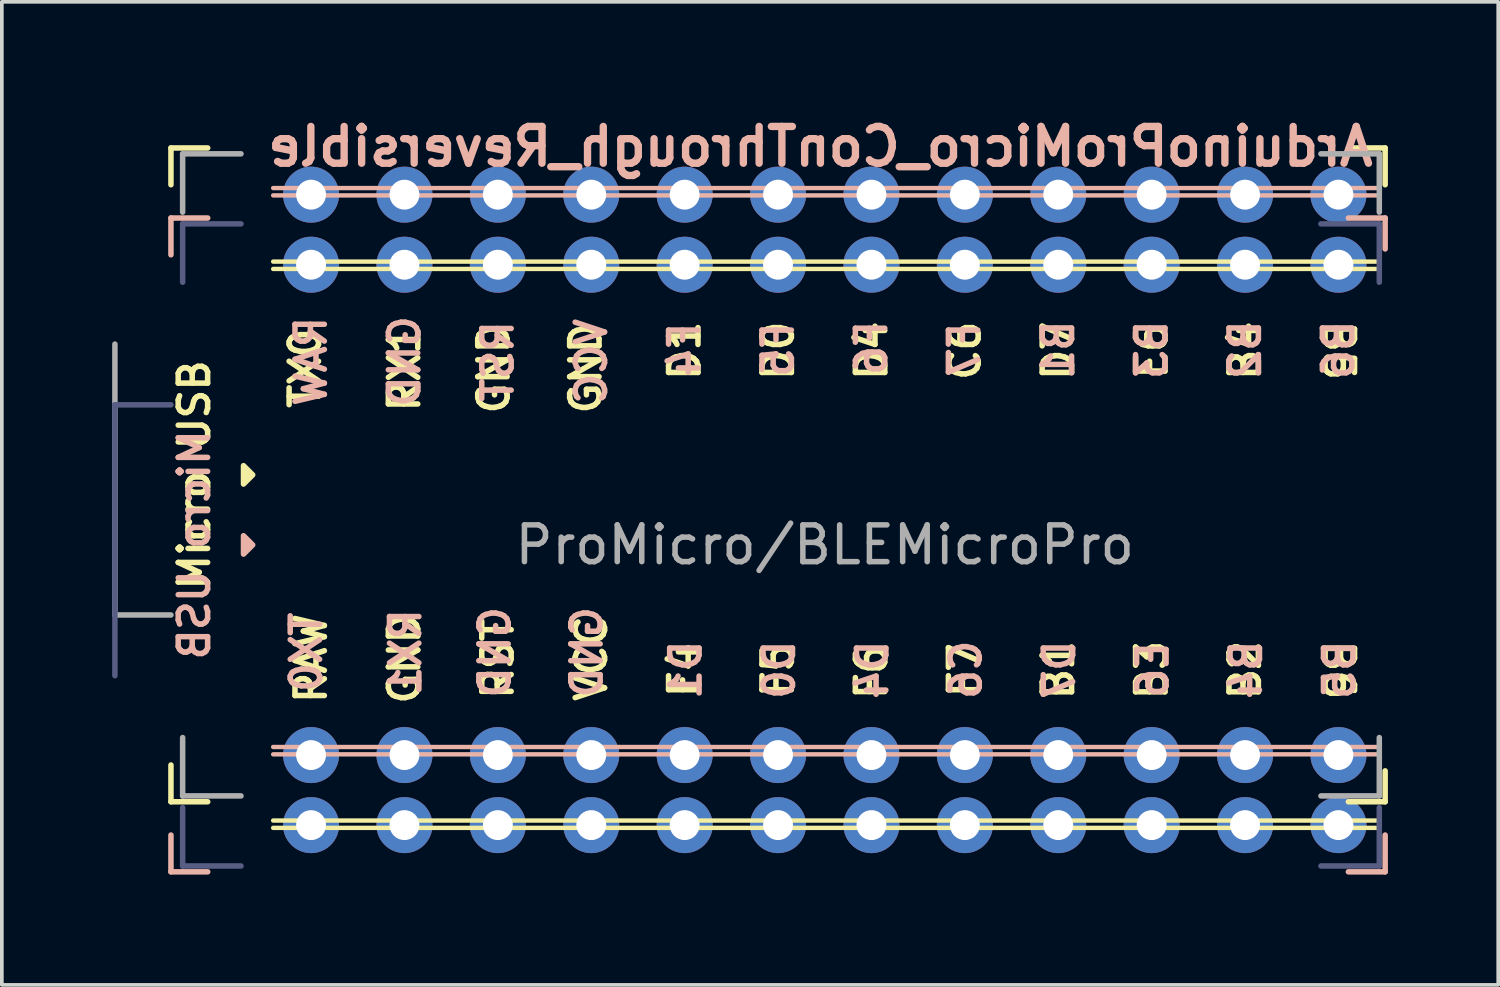
<source format=kicad_pcb>
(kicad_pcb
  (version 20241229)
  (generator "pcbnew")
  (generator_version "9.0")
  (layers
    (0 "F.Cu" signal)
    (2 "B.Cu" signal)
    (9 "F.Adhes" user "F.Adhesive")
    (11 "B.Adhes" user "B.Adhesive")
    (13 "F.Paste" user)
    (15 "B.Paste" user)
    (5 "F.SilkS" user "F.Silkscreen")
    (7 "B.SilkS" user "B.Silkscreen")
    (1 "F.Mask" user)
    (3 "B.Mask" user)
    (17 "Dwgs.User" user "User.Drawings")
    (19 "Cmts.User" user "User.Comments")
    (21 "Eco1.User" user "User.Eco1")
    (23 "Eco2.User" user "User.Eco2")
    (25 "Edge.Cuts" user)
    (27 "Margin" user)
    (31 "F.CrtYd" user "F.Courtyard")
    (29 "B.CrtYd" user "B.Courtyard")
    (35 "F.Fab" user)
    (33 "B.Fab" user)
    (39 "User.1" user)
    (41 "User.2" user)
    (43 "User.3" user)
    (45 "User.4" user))
  (footprint "ArduinoProMicro_ConThrough_Reversible"
    (layer "F.Cu")
    (at 19.379 9.864)
    (property "Reference" "ArduinoProMicro_ConThrough_Reversible" (at -0.118 -8.928 180) (layer "B.SilkS") (effects (font (size 1 1) (thickness 0.2)) (justify mirror)))
    (property "Value" "ProMicro/BLEMicroPro" (at 0 0 180) (layer "B.Fab") (hide yes) (effects (font (size 1 1) (thickness 0.15)) (justify mirror)))
    (fp_line (start -17.78 -8.89) (end -17.78 -7.89) (stroke (width 0.15) (type solid)) (layer "F.SilkS"))
    (fp_line (start -17.78 -8.89) (end -16.78 -8.89) (stroke (width 0.15) (type solid)) (layer "F.SilkS"))
    (fp_line (start -17.78 7.89) (end -17.78 8.89) (stroke (width 0.15) (type solid)) (layer "F.SilkS"))
    (fp_line (start -17.78 8.89) (end -16.78 8.89) (stroke (width 0.15) (type solid)) (layer "F.SilkS"))
    (fp_line (start -15 -5.8) (end 15 -5.8) (stroke (width 0.12) (type solid)) (layer "F.SilkS"))
    (fp_line (start -15 -5.6) (end 15 -5.6) (stroke (width 0.12) (type solid)) (layer "F.SilkS"))
    (fp_line (start -15 9.4) (end 15 9.4) (stroke (width 0.12) (type solid)) (layer "F.SilkS"))
    (fp_line (start -15 9.6) (end 15 9.6) (stroke (width 0.12) (type solid)) (layer "F.SilkS"))
    (fp_line (start 15.24 -8.89) (end 14.24 -8.89) (stroke (width 0.15) (type solid)) (layer "F.SilkS"))
    (fp_line (start 15.24 -8.89) (end 15.24 -7.89) (stroke (width 0.15) (type solid)) (layer "F.SilkS"))
    (fp_line (start 15.24 8.89) (end 14.24 8.89) (stroke (width 0.15) (type solid)) (layer "F.SilkS"))
    (fp_line (start 15.24 8.89) (end 15.24 8.049) (stroke (width 0.15) (type solid)) (layer "F.SilkS"))
    (fp_poly (pts (xy -15.807 -0.25) (xy -15.807 0.25) (xy -15.557 0)) (stroke (width 0.15) (type solid)) (fill yes) (layer "F.SilkS"))
    (fp_line (start -17.78 -6.985) (end -16.78 -6.985) (stroke (width 0.15) (type solid)) (layer "B.SilkS"))
    (fp_line (start -17.78 -5.985) (end -17.78 -6.985) (stroke (width 0.15) (type solid)) (layer "B.SilkS"))
    (fp_line (start -17.78 10.795) (end -17.78 9.795) (stroke (width 0.15) (type solid)) (layer "B.SilkS"))
    (fp_line (start -17.78 10.795) (end -16.78 10.795) (stroke (width 0.15) (type solid)) (layer "B.SilkS"))
    (fp_line (start -15 -7.8) (end 15 -7.8) (stroke (width 0.12) (type solid)) (layer "B.SilkS"))
    (fp_line (start -15 -7.6) (end 15 -7.6) (stroke (width 0.12) (type solid)) (layer "B.SilkS"))
    (fp_line (start -15 7.4) (end 15 7.4) (stroke (width 0.12) (type solid)) (layer "B.SilkS"))
    (fp_line (start -15 7.6) (end 15 7.6) (stroke (width 0.12) (type solid)) (layer "B.SilkS"))
    (fp_line (start 15.24 -6.985) (end 14.24 -6.985) (stroke (width 0.15) (type solid)) (layer "B.SilkS"))
    (fp_line (start 15.24 -6.985) (end 15.24 -6.144) (stroke (width 0.15) (type solid)) (layer "B.SilkS"))
    (fp_line (start 15.24 10.795) (end 14.24 10.795) (stroke (width 0.15) (type solid)) (layer "B.SilkS"))
    (fp_line (start 15.24 10.795) (end 15.24 9.795) (stroke (width 0.15) (type solid)) (layer "B.SilkS"))
    (fp_poly (pts (xy -15.807 2.155) (xy -15.807 1.655) (xy -15.557 1.905)) (stroke (width 0.15) (type solid)) (fill yes) (layer "B.SilkS"))
    (fp_line (start -19.304 -1.905) (end -19.304 5.461) (stroke (width 0.15) (type solid)) (layer "B.Fab"))
    (fp_line (start -17.78 -1.905) (end -19.304 -1.905) (stroke (width 0.15) (type solid)) (layer "B.Fab"))
    (fp_line (start -17.462 -6.826) (end -15.875 -6.826) (stroke (width 0.15) (type solid)) (layer "B.Fab"))
    (fp_line (start -17.462 -5.239) (end -17.462 -6.826) (stroke (width 0.15) (type solid)) (layer "B.Fab"))
    (fp_line (start -17.462 10.636) (end -17.462 9.049) (stroke (width 0.15) (type solid)) (layer "B.Fab"))
    (fp_line (start -15.875 10.636) (end -17.462 10.636) (stroke (width 0.15) (type solid)) (layer "B.Fab"))
    (fp_line (start 15.081 -6.826) (end 13.494 -6.826) (stroke (width 0.15) (type solid)) (layer "B.Fab"))
    (fp_line (start 15.081 -5.239) (end 15.081 -6.826) (stroke (width 0.15) (type solid)) (layer "B.Fab"))
    (fp_line (start 15.081 9.049) (end 15.081 10.636) (stroke (width 0.15) (type solid)) (layer "B.Fab"))
    (fp_line (start 15.081 10.636) (end 13.494 10.636) (stroke (width 0.15) (type solid)) (layer "B.Fab"))
    (fp_line (start -19.304 3.81) (end -19.304 -3.556) (stroke (width 0.15) (type solid)) (layer "F.Fab"))
    (fp_line (start -17.78 3.81) (end -19.304 3.81) (stroke (width 0.15) (type solid)) (layer "F.Fab"))
    (fp_line (start -17.462 -8.731) (end -17.462 -7.144) (stroke (width 0.15) (type solid)) (layer "F.Fab"))
    (fp_line (start -17.462 7.144) (end -17.462 8.731) (stroke (width 0.15) (type solid)) (layer "F.Fab"))
    (fp_line (start -17.462 8.731) (end -15.875 8.731) (stroke (width 0.15) (type solid)) (layer "F.Fab"))
    (fp_line (start -15.875 -8.731) (end -17.462 -8.731) (stroke (width 0.15) (type solid)) (layer "F.Fab"))
    (fp_line (start 15.081 -8.731) (end 13.494 -8.731) (stroke (width 0.15) (type solid)) (layer "F.Fab"))
    (fp_line (start 15.081 -7.144) (end 15.081 -8.731) (stroke (width 0.15) (type solid)) (layer "F.Fab"))
    (fp_line (start 15.081 7.144) (end 15.081 8.731) (stroke (width 0.15) (type solid)) (layer "F.Fab"))
    (fp_line (start 15.081 8.731) (end 13.494 8.731) (stroke (width 0.15) (type solid)) (layer "F.Fab"))
    (fp_text user "RAW" (at -13.97 4.991 90) (unlocked yes) (layer "F.SilkS") (effects (font (size 0.8 0.8) (thickness 0.15))))
    (fp_text user "GND" (at -6.5 -2.9 90) (unlocked yes) (layer "F.SilkS") (effects (font (size 0.8 0.8) (thickness 0.15))))
    (fp_text user "F6" (at 1.27 5.36 90) (unlocked yes) (layer "F.SilkS") (effects (font (size 0.8 0.8) (thickness 0.15))))
    (fp_text user "GND" (at -9 -2.9 90) (unlocked yes) (layer "F.SilkS") (effects (font (size 0.8 0.8) (thickness 0.15))))
    (fp_text user "D7" (at 6.35 -3.376 90) (unlocked yes) (layer "F.SilkS") (effects (font (size 0.8 0.8) (thickness 0.15))))
    (fp_text user "TX0" (at -14.129 -2.9 90) (unlocked yes) (layer "F.SilkS") (effects (font (size 0.8 0.8) (thickness 0.15))))
    (fp_text user "VCC" (at -6.35 4.991 90) (unlocked yes) (layer "F.SilkS") (effects (font (size 0.8 0.8) (thickness 0.15))))
    (fp_text user "F5" (at -1.27 5.309 90) (unlocked yes) (layer "F.SilkS") (effects (font (size 0.8 0.8) (thickness 0.15))))
    (fp_text user "D0" (at -1.27 -3.376 90) (unlocked yes) (layer "F.SilkS") (effects (font (size 0.8 0.8) (thickness 0.15))))
    (fp_text user "RST" (at -8.89 4.991 90) (unlocked yes) (layer "F.SilkS") (effects (font (size 0.8 0.8) (thickness 0.15))))
    (fp_text user "C6" (at 3.81 -3.376 90) (unlocked yes) (layer "F.SilkS") (effects (font (size 0.8 0.8) (thickness 0.15))))
    (fp_text user "Micro USB" (at -17.145 0 90) (unlocked yes) (layer "F.SilkS") (effects (font (size 0.8 0.8) (thickness 0.15))))
    (fp_text user "B1" (at 6.35 5.309 90) (unlocked yes) (layer "F.SilkS") (effects (font (size 0.8 0.8) (thickness 0.15))))
    (fp_text user "F4" (at -3.81 5.309 90) (unlocked yes) (layer "F.SilkS") (effects (font (size 0.8 0.8) (thickness 0.15))))
    (fp_text user "D1" (at -3.81 -3.376 90) (unlocked yes) (layer "F.SilkS") (effects (font (size 0.8 0.8) (thickness 0.15))))
    (fp_text user "D4" (at 1.27 -3.376 90) (unlocked yes) (layer "F.SilkS") (effects (font (size 0.8 0.8) (thickness 0.15))))
    (fp_text user "GND" (at -11.43 4.991 90) (unlocked yes) (layer "F.SilkS") (effects (font (size 0.8 0.8) (thickness 0.15))))
    (fp_text user "B6" (at 13.97 5.309 270) (unlocked yes) (layer "F.SilkS") (effects (font (size 0.8 0.8) (thickness 0.15))))
    (fp_text user "B5" (at 13.97 -3.376 270) (unlocked yes) (layer "F.SilkS") (effects (font (size 0.8 0.8) (thickness 0.15))))
    (fp_text user "B2" (at 11.43 5.309 90) (unlocked yes) (layer "F.SilkS") (effects (font (size 0.8 0.8) (thickness 0.15))))
    (fp_text user "E6" (at 8.89 -3.376 90) (unlocked yes) (layer "F.SilkS") (effects (font (size 0.8 0.8) (thickness 0.15))))
    (fp_text user "RX1" (at -11.43 -2.9 90) (unlocked yes) (layer "F.SilkS") (effects (font (size 0.8 0.8) (thickness 0.15))))
    (fp_text user "B3" (at 8.89 5.309 90) (unlocked yes) (layer "F.SilkS") (effects (font (size 0.8 0.8) (thickness 0.15))))
    (fp_text user "B4" (at 11.43 -3.376 90) (unlocked yes) (layer "F.SilkS") (effects (font (size 0.8 0.8) (thickness 0.15))))
    (fp_text user "F7" (at 3.8 5.309 90) (unlocked yes) (layer "F.SilkS") (effects (font (size 0.8 0.8) (thickness 0.15))))
    (fp_text user "C6" (at 3.84 5.3 90) (unlocked yes) (layer "B.SilkS") (effects (font (size 0.8 0.8) (thickness 0.15)) (justify mirror)))
    (fp_text user "GND" (at -8.97 4.824 90) (unlocked yes) (layer "B.SilkS") (effects (font (size 0.8 0.8) (thickness 0.15)) (justify mirror)))
    (fp_text user "B1" (at 6.35 -3.404 90) (unlocked yes) (layer "B.SilkS") (effects (font (size 0.8 0.8) (thickness 0.15)) (justify mirror)))
    (fp_text user "B6" (at 13.97 -3.404 90) (unlocked yes) (layer "B.SilkS") (effects (font (size 0.8 0.8) (thickness 0.15)) (justify mirror)))
    (fp_text user "RST" (at -8.89 -3.086 90) (unlocked yes) (layer "B.SilkS") (effects (font (size 0.8 0.8) (thickness 0.15)) (justify mirror)))
    (fp_text user "F5" (at -1.27 -3.404 90) (unlocked yes) (layer "B.SilkS") (effects (font (size 0.8 0.8) (thickness 0.15)) (justify mirror)))
    (fp_text user "VCC" (at -6.35 -3.086 90) (unlocked yes) (layer "B.SilkS") (effects (font (size 0.8 0.8) (thickness 0.15)) (justify mirror)))
    (fp_text user "B4" (at 11.46 5.3 90) (unlocked yes) (layer "B.SilkS") (effects (font (size 0.8 0.8) (thickness 0.15)) (justify mirror)))
    (fp_text user "B5" (at 14 5.3 90) (unlocked yes) (layer "B.SilkS") (effects (font (size 0.8 0.8) (thickness 0.15)) (justify mirror)))
    (fp_text user "TX0" (at -14.099 4.824 90) (unlocked yes) (layer "B.SilkS") (effects (font (size 0.8 0.8) (thickness 0.15)) (justify mirror)))
    (fp_text user "B2" (at 11.43 -3.404 90) (unlocked yes) (layer "B.SilkS") (effects (font (size 0.8 0.8) (thickness 0.15)) (justify mirror)))
    (fp_text user "F7" (at 3.8 -3.404 90) (unlocked yes) (layer "B.SilkS") (effects (font (size 0.8 0.8) (thickness 0.15)) (justify mirror)))
    (fp_text user "D4" (at 1.3 5.3 90) (unlocked yes) (layer "B.SilkS") (effects (font (size 0.8 0.8) (thickness 0.15)) (justify mirror)))
    (fp_text user "RAW" (at -13.97 -3.086 90) (unlocked yes) (layer "B.SilkS") (effects (font (size 0.8 0.8) (thickness 0.15)) (justify mirror)))
    (fp_text user "RX1" (at -11.4 4.824 90) (unlocked yes) (layer "B.SilkS") (effects (font (size 0.8 0.8) (thickness 0.15)) (justify mirror)))
    (fp_text user "D7" (at 6.38 5.3 90) (unlocked yes) (layer "B.SilkS") (effects (font (size 0.8 0.8) (thickness 0.15)) (justify mirror)))
    (fp_text user "GND" (at -6.47 4.824 90) (unlocked yes) (layer "B.SilkS") (effects (font (size 0.8 0.8) (thickness 0.15)) (justify mirror)))
    (fp_text user "Micro USB" (at -17.145 1.905 90) (unlocked yes) (layer "B.SilkS") (effects (font (size 0.8 0.8) (thickness 0.15)) (justify mirror)))
    (fp_text user "F6" (at 1.27 -3.455 90) (unlocked yes) (layer "B.SilkS") (effects (font (size 0.8 0.8) (thickness 0.15)) (justify mirror)))
    (fp_text user "GND" (at -11.43 -3.086 90) (unlocked yes) (layer "B.SilkS") (effects (font (size 0.8 0.8) (thickness 0.15)) (justify mirror)))
    (fp_text user "B3" (at 8.89 -3.404 90) (unlocked yes) (layer "B.SilkS") (effects (font (size 0.8 0.8) (thickness 0.15)) (justify mirror)))
    (fp_text user "F4" (at -3.81 -3.404 90) (unlocked yes) (layer "B.SilkS") (effects (font (size 0.8 0.8) (thickness 0.15)) (justify mirror)))
    (fp_text user "E6" (at 8.92 5.3 90) (unlocked yes) (layer "B.SilkS") (effects (font (size 0.8 0.8) (thickness 0.15)) (justify mirror)))
    (fp_text user "D1" (at -3.78 5.3 90) (unlocked yes) (layer "B.SilkS") (effects (font (size 0.8 0.8) (thickness 0.15)) (justify mirror)))
    (fp_text user "D0" (at -1.24 5.3 90) (unlocked yes) (layer "B.SilkS") (effects (font (size 0.8 0.8) (thickness 0.15)) (justify mirror)))
    (fp_text user "${VALUE}" (at 0 1.905 180) (layer "F.Fab") (effects (font (size 1 1) (thickness 0.15))))
    (pad "1" thru_hole circle (at -13.97 -7.62) (size 1.524 1.524) (drill 0.813) (layers "*.Cu" "*.Mask"))
    (pad "1" thru_hole circle (at -13.97 9.525 180) (size 1.524 1.524) (drill 0.813) (layers "*.Cu" "*.Mask"))
    (pad "2" thru_hole circle (at -11.43 -7.62) (size 1.524 1.524) (drill 0.813) (layers "*.Cu" "*.Mask"))
    (pad "2" thru_hole circle (at -11.43 9.525 180) (size 1.524 1.524) (drill 0.813) (layers "*.Cu" "*.Mask"))
    (pad "3" thru_hole circle (at -8.89 -7.62) (size 1.524 1.524) (drill 0.813) (layers "*.Cu" "*.Mask"))
    (pad "3" thru_hole circle (at -8.89 9.525 180) (size 1.524 1.524) (drill 0.813) (layers "*.Cu" "*.Mask"))
    (pad "4" thru_hole circle (at -6.35 -7.62) (size 1.524 1.524) (drill 0.813) (layers "*.Cu" "*.Mask"))
    (pad "4" thru_hole circle (at -6.35 9.525 180) (size 1.524 1.524) (drill 0.813) (layers "*.Cu" "*.Mask"))
    (pad "5" thru_hole circle (at -3.81 -7.62) (size 1.524 1.524) (drill 0.813) (layers "*.Cu" "*.Mask"))
    (pad "5" thru_hole circle (at -3.81 9.525 180) (size 1.524 1.524) (drill 0.813) (layers "*.Cu" "*.Mask"))
    (pad "6" thru_hole circle (at -1.27 -7.62) (size 1.524 1.524) (drill 0.813) (layers "*.Cu" "*.Mask"))
    (pad "6" thru_hole circle (at -1.27 9.525 180) (size 1.524 1.524) (drill 0.813) (layers "*.Cu" "*.Mask"))
    (pad "7" thru_hole circle (at 1.27 -7.62) (size 1.524 1.524) (drill 0.813) (layers "*.Cu" "*.Mask"))
    (pad "7" thru_hole circle (at 1.27 9.525 180) (size 1.524 1.524) (drill 0.813) (layers "*.Cu" "*.Mask"))
    (pad "8" thru_hole circle (at 3.81 -7.62) (size 1.524 1.524) (drill 0.813) (layers "*.Cu" "*.Mask"))
    (pad "8" thru_hole circle (at 3.81 9.525 180) (size 1.524 1.524) (drill 0.813) (layers "*.Cu" "*.Mask"))
    (pad "9" thru_hole circle (at 6.35 -7.62) (size 1.524 1.524) (drill 0.813) (layers "*.Cu" "*.Mask"))
    (pad "9" thru_hole circle (at 6.35 9.525 180) (size 1.524 1.524) (drill 0.813) (layers "*.Cu" "*.Mask"))
    (pad "10" thru_hole circle (at 8.89 -7.62) (size 1.524 1.524) (drill 0.813) (layers "*.Cu" "*.Mask"))
    (pad "10" thru_hole circle (at 8.89 9.525 180) (size 1.524 1.524) (drill 0.813) (layers "*.Cu" "*.Mask"))
    (pad "11" thru_hole circle (at 11.43 -7.62) (size 1.524 1.524) (drill 0.813) (layers "*.Cu" "*.Mask"))
    (pad "11" thru_hole circle (at 11.43 9.525 180) (size 1.524 1.524) (drill 0.813) (layers "*.Cu" "*.Mask"))
    (pad "12" thru_hole circle (at 13.97 -7.62) (size 1.524 1.524) (drill 0.813) (layers "*.Cu" "*.Mask"))
    (pad "12" thru_hole circle (at 13.97 9.525 180) (size 1.524 1.524) (drill 0.813) (layers "*.Cu" "*.Mask"))
    (pad "13" thru_hole circle (at 13.97 -5.715 180) (size 1.524 1.524) (drill 0.813) (layers "*.Cu" "*.Mask"))
    (pad "13" thru_hole circle (at 13.97 7.62) (size 1.524 1.524) (drill 0.813) (layers "*.Cu" "*.Mask"))
    (pad "14" thru_hole circle (at 11.43 -5.715 180) (size 1.524 1.524) (drill 0.813) (layers "*.Cu" "*.Mask"))
    (pad "14" thru_hole circle (at 11.43 7.62) (size 1.524 1.524) (drill 0.813) (layers "*.Cu" "*.Mask"))
    (pad "15" thru_hole circle (at 8.89 -5.715 180) (size 1.524 1.524) (drill 0.813) (layers "*.Cu" "*.Mask"))
    (pad "15" thru_hole circle (at 8.89 7.62) (size 1.524 1.524) (drill 0.813) (layers "*.Cu" "*.Mask"))
    (pad "16" thru_hole circle (at 6.35 -5.715 180) (size 1.524 1.524) (drill 0.813) (layers "*.Cu" "*.Mask"))
    (pad "16" thru_hole circle (at 6.35 7.62) (size 1.524 1.524) (drill 0.813) (layers "*.Cu" "*.Mask"))
    (pad "17" thru_hole circle (at 3.81 -5.715 180) (size 1.524 1.524) (drill 0.813) (layers "*.Cu" "*.Mask"))
    (pad "17" thru_hole circle (at 3.81 7.62) (size 1.524 1.524) (drill 0.813) (layers "*.Cu" "*.Mask"))
    (pad "18" thru_hole circle (at 1.27 -5.715 180) (size 1.524 1.524) (drill 0.813) (layers "*.Cu" "*.Mask"))
    (pad "18" thru_hole circle (at 1.27 7.62) (size 1.524 1.524) (drill 0.813) (layers "*.Cu" "*.Mask"))
    (pad "19" thru_hole circle (at -1.27 -5.715 180) (size 1.524 1.524) (drill 0.813) (layers "*.Cu" "*.Mask"))
    (pad "19" thru_hole circle (at -1.27 7.62) (size 1.524 1.524) (drill 0.813) (layers "*.Cu" "*.Mask"))
    (pad "20" thru_hole circle (at -3.81 -5.715 180) (size 1.524 1.524) (drill 0.813) (layers "*.Cu" "*.Mask"))
    (pad "20" thru_hole circle (at -3.81 7.62) (size 1.524 1.524) (drill 0.813) (layers "*.Cu" "*.Mask"))
    (pad "21" thru_hole circle (at -6.35 -5.715 180) (size 1.524 1.524) (drill 0.813) (layers "*.Cu" "*.Mask"))
    (pad "21" thru_hole circle (at -6.35 7.62) (size 1.524 1.524) (drill 0.813) (layers "*.Cu" "*.Mask"))
    (pad "22" thru_hole circle (at -8.89 -5.715 180) (size 1.524 1.524) (drill 0.813) (layers "*.Cu" "*.Mask"))
    (pad "22" thru_hole circle (at -8.89 7.62) (size 1.524 1.524) (drill 0.813) (layers "*.Cu" "*.Mask"))
    (pad "23" thru_hole circle (at -11.43 -5.715 180) (size 1.524 1.524) (drill 0.813) (layers "*.Cu" "*.Mask"))
    (pad "23" thru_hole circle (at -11.43 7.62) (size 1.524 1.524) (drill 0.813) (layers "*.Cu" "*.Mask"))
    (pad "24" thru_hole circle (at -13.97 -5.715 180) (size 1.524 1.524) (drill 0.813) (layers "*.Cu" "*.Mask"))
    (pad "24" thru_hole circle (at -13.97 7.62) (size 1.524 1.524) (drill 0.813) (layers "*.Cu" "*.Mask")))
  (gr_rect
    (start -3 -3)
    (end 37.694 23.734)
    (stroke (width 0.1) (type default))
    (fill no)
    (layer "Edge.Cuts")))
</source>
